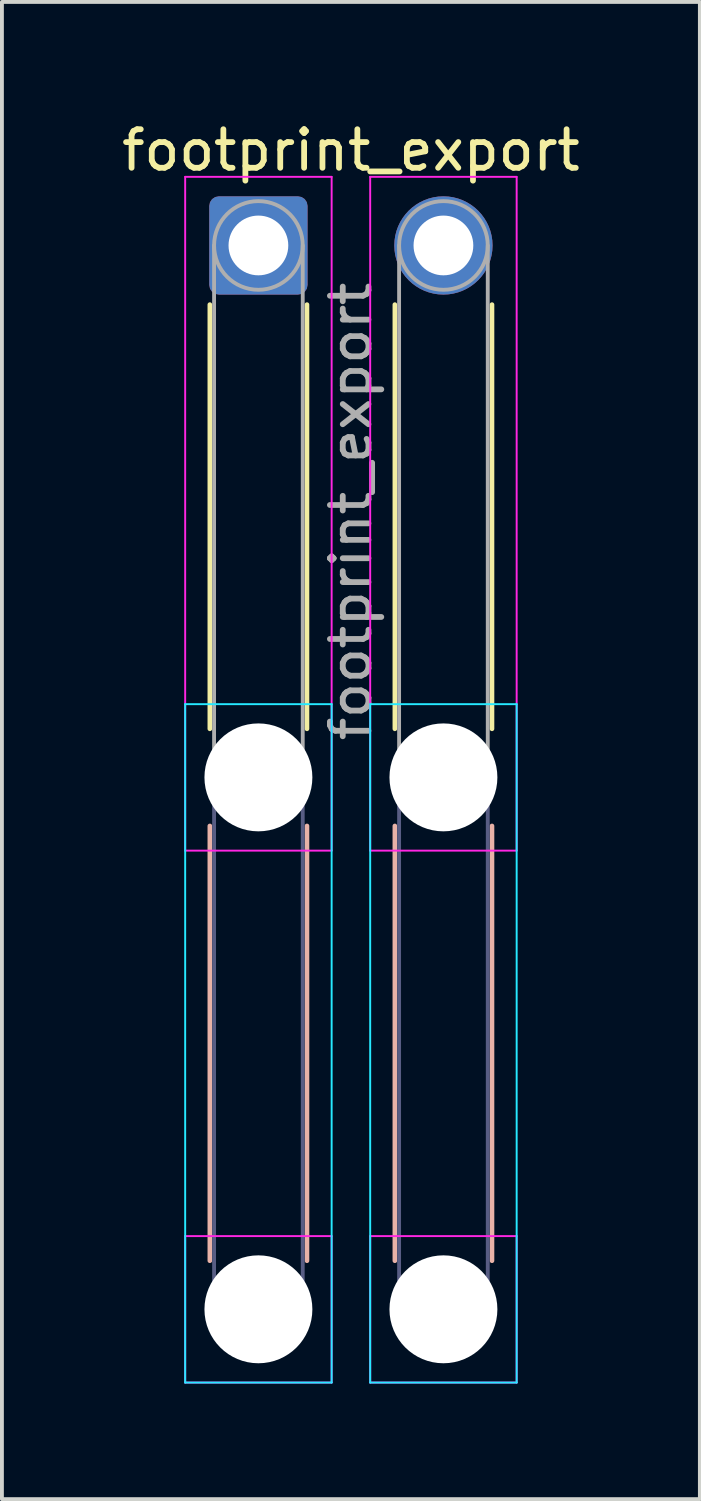
<source format=kicad_pcb>
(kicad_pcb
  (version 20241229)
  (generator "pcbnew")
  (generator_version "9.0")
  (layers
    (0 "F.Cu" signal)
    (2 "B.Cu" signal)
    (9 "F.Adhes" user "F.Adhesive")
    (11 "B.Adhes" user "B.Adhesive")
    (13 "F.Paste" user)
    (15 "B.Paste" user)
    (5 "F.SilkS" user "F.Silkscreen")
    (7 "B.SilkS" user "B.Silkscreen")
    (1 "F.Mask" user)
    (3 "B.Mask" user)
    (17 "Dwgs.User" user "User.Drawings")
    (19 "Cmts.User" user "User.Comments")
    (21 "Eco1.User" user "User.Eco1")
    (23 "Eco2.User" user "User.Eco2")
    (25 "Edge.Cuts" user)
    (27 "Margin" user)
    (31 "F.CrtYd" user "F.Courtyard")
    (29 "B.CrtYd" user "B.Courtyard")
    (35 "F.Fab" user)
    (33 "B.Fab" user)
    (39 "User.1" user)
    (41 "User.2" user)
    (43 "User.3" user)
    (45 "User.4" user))
  (footprint "footprint_export"
    (layer "F.Cu")
    (at 3.654 3.318)
    (property "Reference" "footprint_export" (at 2.4 -2.47 0) (layer "F.SilkS") (effects (font (size 1 1) (thickness 0.15))))
    (attr exclude_from_pos_files exclude_from_bom)
    (fp_line (start -1.26 1.535) (end -1.26 12.54) (stroke (width 0.12) (type solid)) (layer "F.SilkS"))
    (fp_line (start 1.26 1.535) (end 1.26 12.54) (stroke (width 0.12) (type solid)) (layer "F.SilkS"))
    (fp_line (start 3.54 1.535) (end 3.54 12.54) (stroke (width 0.12) (type solid)) (layer "F.SilkS"))
    (fp_line (start 6.06 1.535) (end 6.06 12.54) (stroke (width 0.12) (type solid)) (layer "F.SilkS"))
    (fp_line (start -1.26 15.06) (end -1.26 26.34) (stroke (width 0.12) (type solid)) (layer "B.SilkS"))
    (fp_line (start 1.26 15.06) (end 1.26 26.34) (stroke (width 0.12) (type solid)) (layer "B.SilkS"))
    (fp_line (start 3.54 15.06) (end 3.54 26.34) (stroke (width 0.12) (type solid)) (layer "B.SilkS"))
    (fp_line (start 6.06 15.06) (end 6.06 26.34) (stroke (width 0.12) (type solid)) (layer "B.SilkS"))
    (fp_line (start -1.9 11.9) (end -1.9 29.5) (stroke (width 0.05) (type solid)) (layer "B.CrtYd"))
    (fp_line (start -1.9 29.5) (end 1.9 29.5) (stroke (width 0.05) (type solid)) (layer "B.CrtYd"))
    (fp_line (start 1.9 11.9) (end -1.9 11.9) (stroke (width 0.05) (type solid)) (layer "B.CrtYd"))
    (fp_line (start 1.9 29.5) (end 1.9 11.9) (stroke (width 0.05) (type solid)) (layer "B.CrtYd"))
    (fp_line (start 2.9 11.9) (end 2.9 29.5) (stroke (width 0.05) (type solid)) (layer "B.CrtYd"))
    (fp_line (start 2.9 29.5) (end 6.7 29.5) (stroke (width 0.05) (type solid)) (layer "B.CrtYd"))
    (fp_line (start 6.7 11.9) (end 2.9 11.9) (stroke (width 0.05) (type solid)) (layer "B.CrtYd"))
    (fp_line (start 6.7 29.5) (end 6.7 11.9) (stroke (width 0.05) (type solid)) (layer "B.CrtYd"))
    (fp_line (start -1.9 -1.78) (end -1.9 15.7) (stroke (width 0.05) (type solid)) (layer "F.CrtYd"))
    (fp_line (start -1.9 15.7) (end 1.9 15.7) (stroke (width 0.05) (type solid)) (layer "F.CrtYd"))
    (fp_line (start -1.9 25.7) (end -1.9 29.5) (stroke (width 0.05) (type solid)) (layer "F.CrtYd"))
    (fp_line (start -1.9 29.5) (end 1.9 29.5) (stroke (width 0.05) (type solid)) (layer "F.CrtYd"))
    (fp_line (start 1.9 -1.78) (end -1.9 -1.78) (stroke (width 0.05) (type solid)) (layer "F.CrtYd"))
    (fp_line (start 1.9 15.7) (end 1.9 -1.78) (stroke (width 0.05) (type solid)) (layer "F.CrtYd"))
    (fp_line (start 1.9 25.7) (end -1.9 25.7) (stroke (width 0.05) (type solid)) (layer "F.CrtYd"))
    (fp_line (start 1.9 29.5) (end 1.9 25.7) (stroke (width 0.05) (type solid)) (layer "F.CrtYd"))
    (fp_line (start 2.9 -1.78) (end 2.9 15.7) (stroke (width 0.05) (type solid)) (layer "F.CrtYd"))
    (fp_line (start 2.9 15.7) (end 6.7 15.7) (stroke (width 0.05) (type solid)) (layer "F.CrtYd"))
    (fp_line (start 2.9 25.7) (end 2.9 29.5) (stroke (width 0.05) (type solid)) (layer "F.CrtYd"))
    (fp_line (start 2.9 29.5) (end 6.7 29.5) (stroke (width 0.05) (type solid)) (layer "F.CrtYd"))
    (fp_line (start 6.7 -1.78) (end 2.9 -1.78) (stroke (width 0.05) (type solid)) (layer "F.CrtYd"))
    (fp_line (start 6.7 15.7) (end 6.7 -1.78) (stroke (width 0.05) (type solid)) (layer "F.CrtYd"))
    (fp_line (start 6.7 25.7) (end 2.9 25.7) (stroke (width 0.05) (type solid)) (layer "F.CrtYd"))
    (fp_line (start 6.7 29.5) (end 6.7 25.7) (stroke (width 0.05) (type solid)) (layer "F.CrtYd"))
    (fp_line (start -1.15 13.8) (end -1.15 27.6) (stroke (width 0.1) (type solid)) (layer "B.Fab"))
    (fp_line (start 1.15 13.8) (end 1.15 27.6) (stroke (width 0.1) (type solid)) (layer "B.Fab"))
    (fp_line (start 3.65 13.8) (end 3.65 27.6) (stroke (width 0.1) (type solid)) (layer "B.Fab"))
    (fp_line (start 5.95 13.8) (end 5.95 27.6) (stroke (width 0.1) (type solid)) (layer "B.Fab"))
    (fp_circle (center 0 13.8) (end 1.15 13.8) (stroke (width 0.1) (type solid)) (fill no) (layer "B.Fab"))
    (fp_circle (center 0 27.6) (end 1.15 27.6) (stroke (width 0.1) (type solid)) (fill no) (layer "B.Fab"))
    (fp_circle (center 4.8 13.8) (end 5.95 13.8) (stroke (width 0.1) (type solid)) (fill no) (layer "B.Fab"))
    (fp_circle (center 4.8 27.6) (end 5.95 27.6) (stroke (width 0.1) (type solid)) (fill no) (layer "B.Fab"))
    (fp_line (start -1.15 0) (end -1.15 13.8) (stroke (width 0.1) (type solid)) (layer "F.Fab"))
    (fp_line (start 1.15 0) (end 1.15 13.8) (stroke (width 0.1) (type solid)) (layer "F.Fab"))
    (fp_line (start 3.65 0) (end 3.65 13.8) (stroke (width 0.1) (type solid)) (layer "F.Fab"))
    (fp_line (start 5.95 0) (end 5.95 13.8) (stroke (width 0.1) (type solid)) (layer "F.Fab"))
    (fp_circle (center 0 0) (end 1.15 0) (stroke (width 0.1) (type solid)) (fill no) (layer "F.Fab"))
    (fp_circle (center 0 13.8) (end 1.15 13.8) (stroke (width 0.1) (type solid)) (fill no) (layer "F.Fab"))
    (fp_circle (center 0 27.6) (end 1.15 27.6) (stroke (width 0.1) (type solid)) (fill no) (layer "F.Fab"))
    (fp_circle (center 4.8 0) (end 5.95 0) (stroke (width 0.1) (type solid)) (fill no) (layer "F.Fab"))
    (fp_circle (center 4.8 13.8) (end 5.95 13.8) (stroke (width 0.1) (type solid)) (fill no) (layer "F.Fab"))
    (fp_circle (center 4.8 27.6) (end 5.95 27.6) (stroke (width 0.1) (type solid)) (fill no) (layer "F.Fab"))
    (fp_text user "${REFERENCE}" (at 2.4 6.9 90) (layer "F.Fab") (effects (font (size 1 1) (thickness 0.15))))
    (pad "" np_thru_hole circle (at 0 13.8) (size 2.8 2.8) (drill 2.8) (layers "*.Cu" "*.Mask"))
    (pad "" np_thru_hole circle (at 0 27.6) (size 2.8 2.8) (drill 2.8) (layers "*.Cu" "*.Mask"))
    (pad "" np_thru_hole circle (at 4.8 13.8) (size 2.8 2.8) (drill 2.8) (layers "*.Cu" "*.Mask"))
    (pad "" np_thru_hole circle (at 4.8 27.6) (size 2.8 2.8) (drill 2.8) (layers "*.Cu" "*.Mask"))
    (pad "1" thru_hole roundrect (at 0 0) (size 2.55 2.55) (drill 1.55) (layers "*.Cu" "*.Mask") (roundrect_rratio 0.098))
    (pad "2" thru_hole circle (at 4.8 0) (size 2.55 2.55) (drill 1.55) (layers "*.Cu" "*.Mask")))
  (gr_rect
    (start -3 -3)
    (end 15.107 35.843)
    (stroke (width 0.1) (type default))
    (fill no)
    (layer "Edge.Cuts")))
</source>
